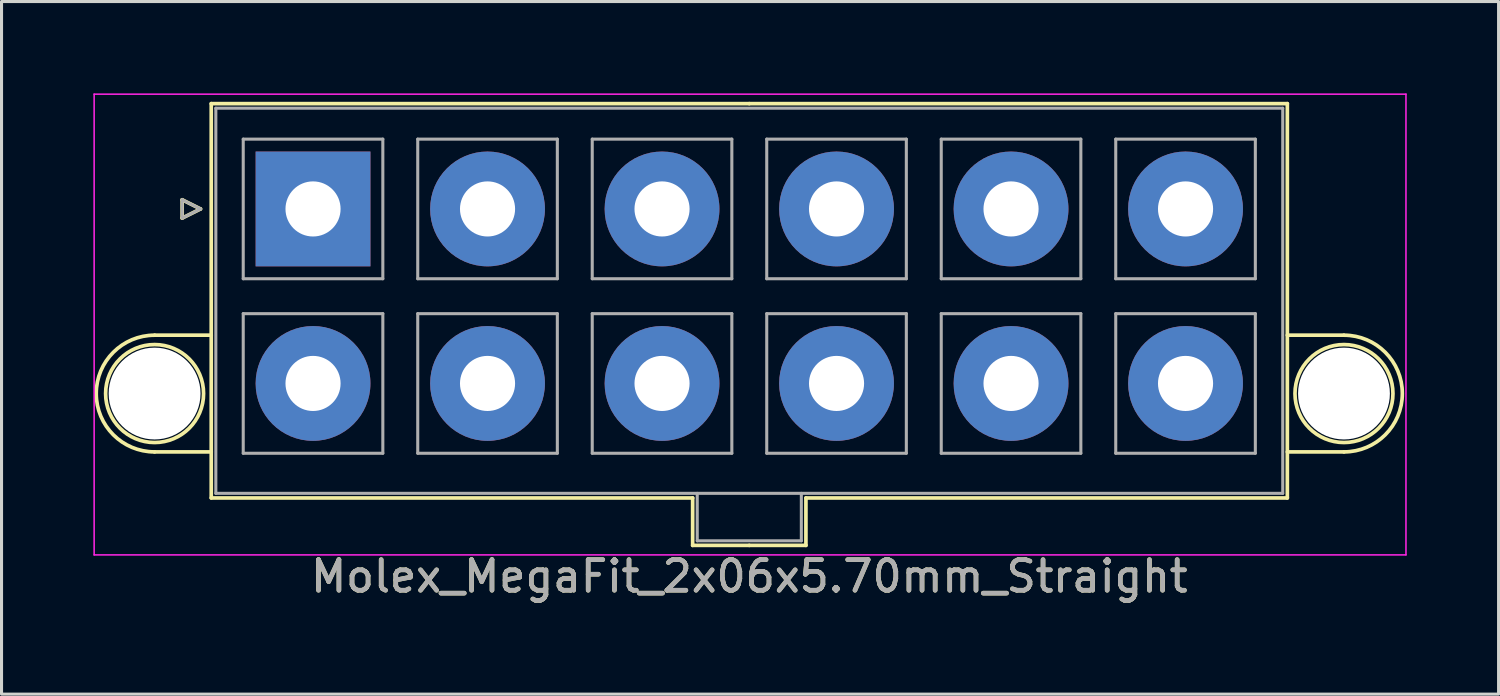
<source format=kicad_pcb>
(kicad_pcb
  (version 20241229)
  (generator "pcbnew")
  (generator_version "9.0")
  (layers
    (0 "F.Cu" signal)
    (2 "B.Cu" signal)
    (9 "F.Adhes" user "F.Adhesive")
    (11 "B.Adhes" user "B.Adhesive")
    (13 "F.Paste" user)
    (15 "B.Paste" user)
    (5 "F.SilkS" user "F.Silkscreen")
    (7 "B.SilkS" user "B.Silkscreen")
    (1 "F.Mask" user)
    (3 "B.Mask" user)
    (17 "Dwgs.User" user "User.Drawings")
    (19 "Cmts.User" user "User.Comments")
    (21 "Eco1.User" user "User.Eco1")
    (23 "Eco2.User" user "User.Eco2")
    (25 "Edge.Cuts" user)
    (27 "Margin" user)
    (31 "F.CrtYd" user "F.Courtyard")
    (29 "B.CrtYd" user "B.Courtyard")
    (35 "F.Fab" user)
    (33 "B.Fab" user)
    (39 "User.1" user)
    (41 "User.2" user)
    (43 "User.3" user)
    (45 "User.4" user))
  (footprint "Molex_MegaFit_2x06x5.70mm_Straight"
    (layer "F.Cu")
    (at 7.175 3.775)
    (property "Reference" "Molex_MegaFit_2x06x5.70mm_Straight" (at 14.25 12 0) (layer "F.SilkS") (effects (font (size 1 1) (thickness 0.15))))
    (attr through_hole)
    (fp_line (start -5.175 4.124) (end -3.325 4.124) (stroke (width 0.12) (type solid)) (layer "F.SilkS"))
    (fp_line (start -5.175 7.936) (end -3.325 7.936) (stroke (width 0.12) (type solid)) (layer "F.SilkS"))
    (fp_line (start -4.275 -0.3) (end -3.675 0) (stroke (width 0.12) (type solid)) (layer "F.SilkS"))
    (fp_line (start -4.275 0.3) (end -4.275 -0.3) (stroke (width 0.12) (type solid)) (layer "F.SilkS"))
    (fp_line (start -3.675 0) (end -4.275 0.3) (stroke (width 0.12) (type solid)) (layer "F.SilkS"))
    (fp_line (start -3.325 -3.44) (end -3.325 9.44) (stroke (width 0.12) (type solid)) (layer "F.SilkS"))
    (fp_line (start -3.325 9.44) (end 12.4 9.44) (stroke (width 0.12) (type solid)) (layer "F.SilkS"))
    (fp_line (start 12.4 9.44) (end 12.4 10.99) (stroke (width 0.12) (type solid)) (layer "F.SilkS"))
    (fp_line (start 12.4 10.99) (end 14.25 10.99) (stroke (width 0.12) (type solid)) (layer "F.SilkS"))
    (fp_line (start 14.25 -3.44) (end -3.325 -3.44) (stroke (width 0.12) (type solid)) (layer "F.SilkS"))
    (fp_line (start 14.25 -3.44) (end 31.825 -3.44) (stroke (width 0.12) (type solid)) (layer "F.SilkS"))
    (fp_line (start 16.1 9.44) (end 16.1 10.99) (stroke (width 0.12) (type solid)) (layer "F.SilkS"))
    (fp_line (start 16.1 10.99) (end 14.25 10.99) (stroke (width 0.12) (type solid)) (layer "F.SilkS"))
    (fp_line (start 31.825 -3.44) (end 31.825 9.44) (stroke (width 0.12) (type solid)) (layer "F.SilkS"))
    (fp_line (start 31.825 9.44) (end 16.1 9.44) (stroke (width 0.12) (type solid)) (layer "F.SilkS"))
    (fp_line (start 33.675 4.124) (end 31.825 4.124) (stroke (width 0.12) (type solid)) (layer "F.SilkS"))
    (fp_line (start 33.675 7.936) (end 31.825 7.936) (stroke (width 0.12) (type solid)) (layer "F.SilkS"))
    (fp_arc (start -5.175 7.93625) (mid -7.08125 6.03) (end -5.175 4.12375) (stroke (width 0.12) (type solid)) (layer "F.SilkS"))
    (fp_arc (start 33.675 4.12375) (mid 35.58125 6.03) (end 33.675 7.93625) (stroke (width 0.12) (type solid)) (layer "F.SilkS"))
    (fp_circle (center -5.175 6.03) (end -3.575 6.03) (stroke (width 0.12) (type solid)) (fill no) (layer "F.SilkS"))
    (fp_circle (center 33.675 6.03) (end 35.275 6.03) (stroke (width 0.12) (type solid)) (fill no) (layer "F.SilkS"))
    (fp_line (start -7.15 -3.75) (end -7.15 11.3) (stroke (width 0.05) (type solid)) (layer "F.CrtYd"))
    (fp_line (start -7.15 11.3) (end 35.7 11.3) (stroke (width 0.05) (type solid)) (layer "F.CrtYd"))
    (fp_line (start 35.7 -3.75) (end -7.15 -3.75) (stroke (width 0.05) (type solid)) (layer "F.CrtYd"))
    (fp_line (start 35.7 11.3) (end 35.7 -3.75) (stroke (width 0.05) (type solid)) (layer "F.CrtYd"))
    (fp_line (start -4.275 -0.3) (end -3.675 0) (stroke (width 0.1) (type solid)) (layer "F.Fab"))
    (fp_line (start -4.275 0.3) (end -4.275 -0.3) (stroke (width 0.1) (type solid)) (layer "F.Fab"))
    (fp_line (start -3.675 0) (end -4.275 0.3) (stroke (width 0.1) (type solid)) (layer "F.Fab"))
    (fp_line (start -3.175 -3.29) (end -3.175 9.29) (stroke (width 0.1) (type solid)) (layer "F.Fab"))
    (fp_line (start -3.175 9.29) (end 31.675 9.29) (stroke (width 0.1) (type solid)) (layer "F.Fab"))
    (fp_line (start -2.28 -2.28) (end -2.28 2.28) (stroke (width 0.1) (type solid)) (layer "F.Fab"))
    (fp_line (start -2.28 2.28) (end 2.28 2.28) (stroke (width 0.1) (type solid)) (layer "F.Fab"))
    (fp_line (start -2.28 3.42) (end -2.28 7.98) (stroke (width 0.1) (type solid)) (layer "F.Fab"))
    (fp_line (start -2.28 7.98) (end 2.28 7.98) (stroke (width 0.1) (type solid)) (layer "F.Fab"))
    (fp_line (start 2.28 -2.28) (end -2.28 -2.28) (stroke (width 0.1) (type solid)) (layer "F.Fab"))
    (fp_line (start 2.28 2.28) (end 2.28 -2.28) (stroke (width 0.1) (type solid)) (layer "F.Fab"))
    (fp_line (start 2.28 3.42) (end -2.28 3.42) (stroke (width 0.1) (type solid)) (layer "F.Fab"))
    (fp_line (start 2.28 7.98) (end 2.28 3.42) (stroke (width 0.1) (type solid)) (layer "F.Fab"))
    (fp_line (start 3.42 -2.28) (end 3.42 2.28) (stroke (width 0.1) (type solid)) (layer "F.Fab"))
    (fp_line (start 3.42 2.28) (end 7.98 2.28) (stroke (width 0.1) (type solid)) (layer "F.Fab"))
    (fp_line (start 3.42 3.42) (end 3.42 7.98) (stroke (width 0.1) (type solid)) (layer "F.Fab"))
    (fp_line (start 3.42 7.98) (end 7.98 7.98) (stroke (width 0.1) (type solid)) (layer "F.Fab"))
    (fp_line (start 7.98 -2.28) (end 3.42 -2.28) (stroke (width 0.1) (type solid)) (layer "F.Fab"))
    (fp_line (start 7.98 2.28) (end 7.98 -2.28) (stroke (width 0.1) (type solid)) (layer "F.Fab"))
    (fp_line (start 7.98 3.42) (end 3.42 3.42) (stroke (width 0.1) (type solid)) (layer "F.Fab"))
    (fp_line (start 7.98 7.98) (end 7.98 3.42) (stroke (width 0.1) (type solid)) (layer "F.Fab"))
    (fp_line (start 9.12 -2.28) (end 9.12 2.28) (stroke (width 0.1) (type solid)) (layer "F.Fab"))
    (fp_line (start 9.12 2.28) (end 13.68 2.28) (stroke (width 0.1) (type solid)) (layer "F.Fab"))
    (fp_line (start 9.12 3.42) (end 9.12 7.98) (stroke (width 0.1) (type solid)) (layer "F.Fab"))
    (fp_line (start 9.12 7.98) (end 13.68 7.98) (stroke (width 0.1) (type solid)) (layer "F.Fab"))
    (fp_line (start 12.55 9.29) (end 12.55 10.84) (stroke (width 0.1) (type solid)) (layer "F.Fab"))
    (fp_line (start 12.55 10.84) (end 15.95 10.84) (stroke (width 0.1) (type solid)) (layer "F.Fab"))
    (fp_line (start 13.68 -2.28) (end 9.12 -2.28) (stroke (width 0.1) (type solid)) (layer "F.Fab"))
    (fp_line (start 13.68 2.28) (end 13.68 -2.28) (stroke (width 0.1) (type solid)) (layer "F.Fab"))
    (fp_line (start 13.68 3.42) (end 9.12 3.42) (stroke (width 0.1) (type solid)) (layer "F.Fab"))
    (fp_line (start 13.68 7.98) (end 13.68 3.42) (stroke (width 0.1) (type solid)) (layer "F.Fab"))
    (fp_line (start 14.82 -2.28) (end 14.82 2.28) (stroke (width 0.1) (type solid)) (layer "F.Fab"))
    (fp_line (start 14.82 2.28) (end 19.38 2.28) (stroke (width 0.1) (type solid)) (layer "F.Fab"))
    (fp_line (start 14.82 3.42) (end 14.82 7.98) (stroke (width 0.1) (type solid)) (layer "F.Fab"))
    (fp_line (start 14.82 7.98) (end 19.38 7.98) (stroke (width 0.1) (type solid)) (layer "F.Fab"))
    (fp_line (start 15.95 10.84) (end 15.95 9.29) (stroke (width 0.1) (type solid)) (layer "F.Fab"))
    (fp_line (start 19.38 -2.28) (end 14.82 -2.28) (stroke (width 0.1) (type solid)) (layer "F.Fab"))
    (fp_line (start 19.38 2.28) (end 19.38 -2.28) (stroke (width 0.1) (type solid)) (layer "F.Fab"))
    (fp_line (start 19.38 3.42) (end 14.82 3.42) (stroke (width 0.1) (type solid)) (layer "F.Fab"))
    (fp_line (start 19.38 7.98) (end 19.38 3.42) (stroke (width 0.1) (type solid)) (layer "F.Fab"))
    (fp_line (start 20.52 -2.28) (end 20.52 2.28) (stroke (width 0.1) (type solid)) (layer "F.Fab"))
    (fp_line (start 20.52 2.28) (end 25.08 2.28) (stroke (width 0.1) (type solid)) (layer "F.Fab"))
    (fp_line (start 20.52 3.42) (end 20.52 7.98) (stroke (width 0.1) (type solid)) (layer "F.Fab"))
    (fp_line (start 20.52 7.98) (end 25.08 7.98) (stroke (width 0.1) (type solid)) (layer "F.Fab"))
    (fp_line (start 25.08 -2.28) (end 20.52 -2.28) (stroke (width 0.1) (type solid)) (layer "F.Fab"))
    (fp_line (start 25.08 2.28) (end 25.08 -2.28) (stroke (width 0.1) (type solid)) (layer "F.Fab"))
    (fp_line (start 25.08 3.42) (end 20.52 3.42) (stroke (width 0.1) (type solid)) (layer "F.Fab"))
    (fp_line (start 25.08 7.98) (end 25.08 3.42) (stroke (width 0.1) (type solid)) (layer "F.Fab"))
    (fp_line (start 26.22 -2.28) (end 26.22 2.28) (stroke (width 0.1) (type solid)) (layer "F.Fab"))
    (fp_line (start 26.22 2.28) (end 30.78 2.28) (stroke (width 0.1) (type solid)) (layer "F.Fab"))
    (fp_line (start 26.22 3.42) (end 26.22 7.98) (stroke (width 0.1) (type solid)) (layer "F.Fab"))
    (fp_line (start 26.22 7.98) (end 30.78 7.98) (stroke (width 0.1) (type solid)) (layer "F.Fab"))
    (fp_line (start 30.78 -2.28) (end 26.22 -2.28) (stroke (width 0.1) (type solid)) (layer "F.Fab"))
    (fp_line (start 30.78 2.28) (end 30.78 -2.28) (stroke (width 0.1) (type solid)) (layer "F.Fab"))
    (fp_line (start 30.78 3.42) (end 26.22 3.42) (stroke (width 0.1) (type solid)) (layer "F.Fab"))
    (fp_line (start 30.78 7.98) (end 30.78 3.42) (stroke (width 0.1) (type solid)) (layer "F.Fab"))
    (fp_line (start 31.675 -3.29) (end -3.175 -3.29) (stroke (width 0.1) (type solid)) (layer "F.Fab"))
    (fp_line (start 31.675 9.29) (end 31.675 -3.29) (stroke (width 0.1) (type solid)) (layer "F.Fab"))
    (fp_text user "${REFERENCE}" (at 14.25 12 0) (layer "F.Fab") (effects (font (size 1 1) (thickness 0.15))))
    (pad "" np_thru_hole circle (at -5.175 6.03) (size 3 3) (drill 3) (layers "*.Cu" "*.Mask"))
    (pad "" np_thru_hole circle (at 33.675 6.03) (size 3 3) (drill 3) (layers "*.Cu" "*.Mask"))
    (pad "1" thru_hole rect (at 0 0) (size 3.75 3.75) (drill 1.8) (layers "*.Cu" "*.Mask"))
    (pad "2" thru_hole circle (at 5.7 0) (size 3.75 3.75) (drill 1.8) (layers "*.Cu" "*.Mask"))
    (pad "3" thru_hole circle (at 11.4 0) (size 3.75 3.75) (drill 1.8) (layers "*.Cu" "*.Mask"))
    (pad "4" thru_hole circle (at 17.1 0) (size 3.75 3.75) (drill 1.8) (layers "*.Cu" "*.Mask"))
    (pad "5" thru_hole circle (at 22.8 0) (size 3.75 3.75) (drill 1.8) (layers "*.Cu" "*.Mask"))
    (pad "6" thru_hole circle (at 28.5 0) (size 3.75 3.75) (drill 1.8) (layers "*.Cu" "*.Mask"))
    (pad "7" thru_hole circle (at 0 5.7) (size 3.75 3.75) (drill 1.8) (layers "*.Cu" "*.Mask"))
    (pad "8" thru_hole circle (at 5.7 5.7) (size 3.75 3.75) (drill 1.8) (layers "*.Cu" "*.Mask"))
    (pad "9" thru_hole circle (at 11.4 5.7) (size 3.75 3.75) (drill 1.8) (layers "*.Cu" "*.Mask"))
    (pad "10" thru_hole circle (at 17.1 5.7) (size 3.75 3.75) (drill 1.8) (layers "*.Cu" "*.Mask"))
    (pad "11" thru_hole circle (at 22.8 5.7) (size 3.75 3.75) (drill 1.8) (layers "*.Cu" "*.Mask"))
    (pad "12" thru_hole circle (at 28.5 5.7) (size 3.75 3.75) (drill 1.8) (layers "*.Cu" "*.Mask")))
  (gr_rect
    (start -3 -3)
    (end 45.9 19.623)
    (stroke (width 0.1) (type default))
    (fill no)
    (layer "Edge.Cuts")))
</source>
